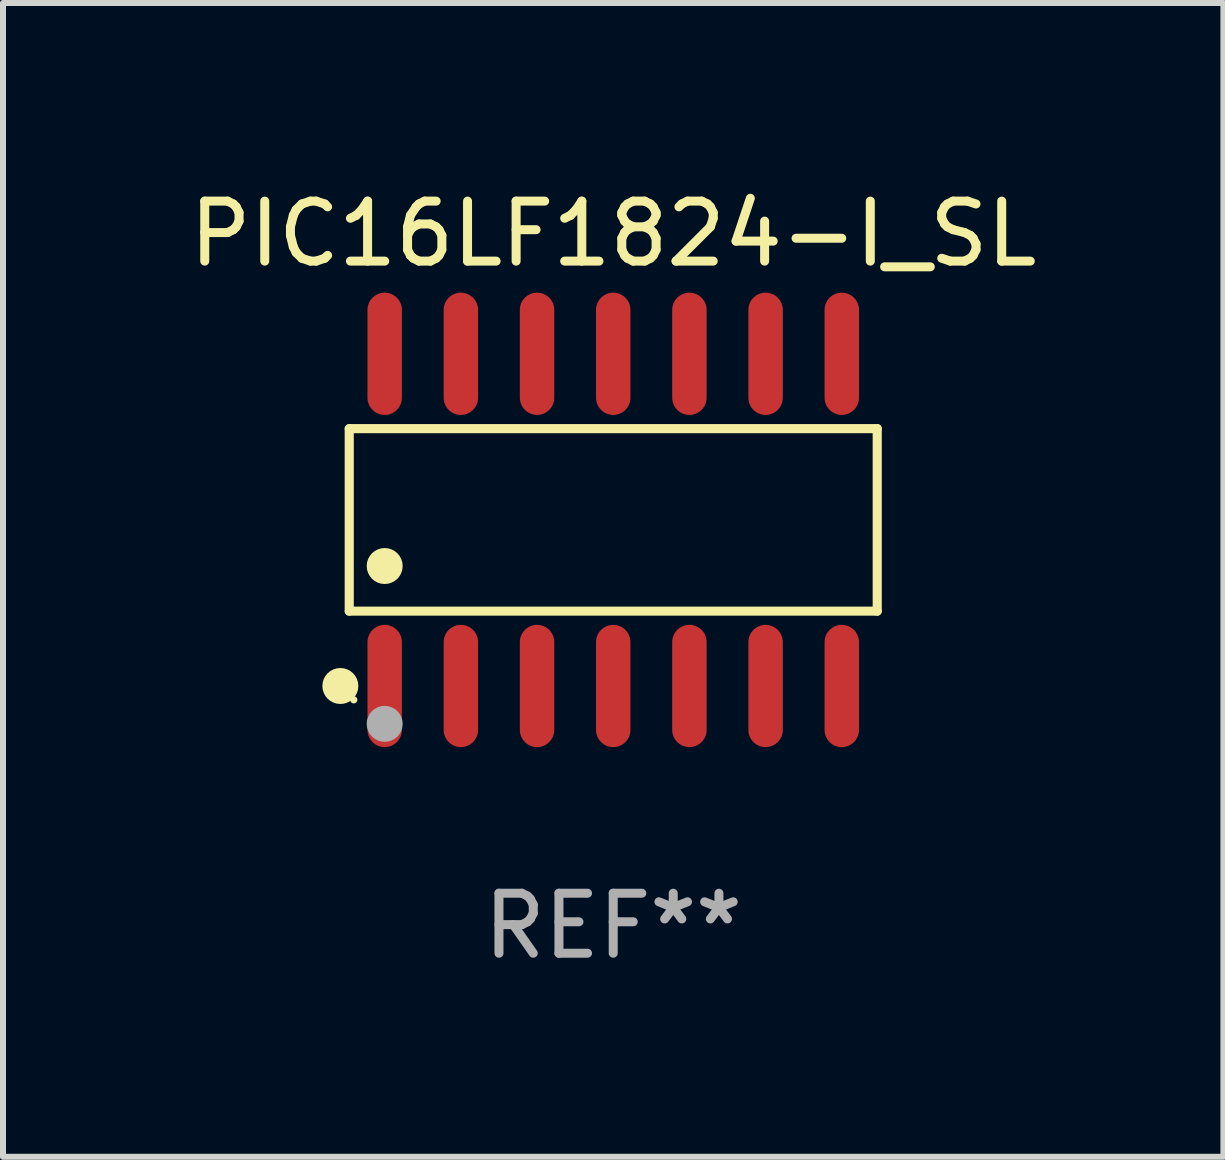
<source format=kicad_pcb>
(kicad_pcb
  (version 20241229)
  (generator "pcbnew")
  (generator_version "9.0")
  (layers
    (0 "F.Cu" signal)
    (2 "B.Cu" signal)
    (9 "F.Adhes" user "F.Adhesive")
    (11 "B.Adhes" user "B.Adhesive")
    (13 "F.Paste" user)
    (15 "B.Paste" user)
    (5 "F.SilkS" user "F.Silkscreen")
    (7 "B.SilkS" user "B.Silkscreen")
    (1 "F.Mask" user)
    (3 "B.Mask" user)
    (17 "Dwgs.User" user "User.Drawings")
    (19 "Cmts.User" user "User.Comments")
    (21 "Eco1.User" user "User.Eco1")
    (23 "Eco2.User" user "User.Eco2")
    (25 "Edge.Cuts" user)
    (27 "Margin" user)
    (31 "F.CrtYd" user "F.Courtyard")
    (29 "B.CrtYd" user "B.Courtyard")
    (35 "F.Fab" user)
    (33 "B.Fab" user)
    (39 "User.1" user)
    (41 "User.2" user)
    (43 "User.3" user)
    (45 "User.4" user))
  (footprint "PIC16LF1824-I_SL"
    (layer "F.Cu")
    (at 7.173 5.617)
    (property "Reference" "PIC16LF1824-I_SL" (at 0 -4.769 0) (layer "F.SilkS") (effects (font (size 1 1) (thickness 0.15))))
    (attr through_hole)
    (fp_line (start -4.401 -1.521) (end 4.401 -1.521) (stroke (width 0.152) (type solid)) (layer "F.SilkS"))
    (fp_line (start -4.401 1.521) (end -4.401 -1.521) (stroke (width 0.152) (type solid)) (layer "F.SilkS"))
    (fp_line (start 4.401 -1.521) (end 4.401 1.521) (stroke (width 0.152) (type solid)) (layer "F.SilkS"))
    (fp_line (start 4.401 1.521) (end -4.401 1.521) (stroke (width 0.152) (type solid)) (layer "F.SilkS"))
    (fp_circle (center -4.549 2.769) (end -4.399 2.769) (stroke (width 0.3) (type solid)) (fill no) (layer "F.SilkS"))
    (fp_circle (center -4.325 3) (end -4.295 3) (stroke (width 0.06) (type solid)) (fill no) (layer "F.SilkS"))
    (fp_circle (center -3.81 0.769) (end -3.66 0.769) (stroke (width 0.3) (type solid)) (fill no) (layer "F.SilkS"))
    (fp_circle (center -3.81 3.4) (end -3.66 3.4) (stroke (width 0.3) (type solid)) (fill no) (layer "F.Fab"))
    (fp_text user "REF**" (at 0 6.769 0) (layer "F.Fab") (effects (font (size 1 1) (thickness 0.15))))
    (pad "1" smd oval (at -3.81 2.769) (size 0.574 2.038) (layers "F.Cu" "F.Mask" "F.Paste"))
    (pad "2" smd oval (at -2.54 2.769) (size 0.574 2.038) (layers "F.Cu" "F.Mask" "F.Paste"))
    (pad "3" smd oval (at -1.27 2.769) (size 0.574 2.038) (layers "F.Cu" "F.Mask" "F.Paste"))
    (pad "4" smd oval (at 0 2.769) (size 0.574 2.038) (layers "F.Cu" "F.Mask" "F.Paste"))
    (pad "5" smd oval (at 1.27 2.769) (size 0.574 2.038) (layers "F.Cu" "F.Mask" "F.Paste"))
    (pad "6" smd oval (at 2.54 2.769) (size 0.574 2.038) (layers "F.Cu" "F.Mask" "F.Paste"))
    (pad "7" smd oval (at 3.81 2.769) (size 0.574 2.038) (layers "F.Cu" "F.Mask" "F.Paste"))
    (pad "8" smd oval (at 3.81 -2.769) (size 0.574 2.038) (layers "F.Cu" "F.Mask" "F.Paste"))
    (pad "9" smd oval (at 2.54 -2.769) (size 0.574 2.038) (layers "F.Cu" "F.Mask" "F.Paste"))
    (pad "10" smd oval (at 1.27 -2.769) (size 0.574 2.038) (layers "F.Cu" "F.Mask" "F.Paste"))
    (pad "11" smd oval (at 0 -2.769) (size 0.574 2.038) (layers "F.Cu" "F.Mask" "F.Paste"))
    (pad "12" smd oval (at -1.27 -2.769) (size 0.574 2.038) (layers "F.Cu" "F.Mask" "F.Paste"))
    (pad "13" smd oval (at -2.54 -2.769) (size 0.574 2.038) (layers "F.Cu" "F.Mask" "F.Paste"))
    (pad "14" smd oval (at -3.81 -2.769) (size 0.574 2.038) (layers "F.Cu" "F.Mask" "F.Paste")))
  (gr_rect
    (start -3 -3)
    (end 17.345 16.235)
    (stroke (width 0.1) (type default))
    (fill no)
    (layer "Edge.Cuts")))
</source>
